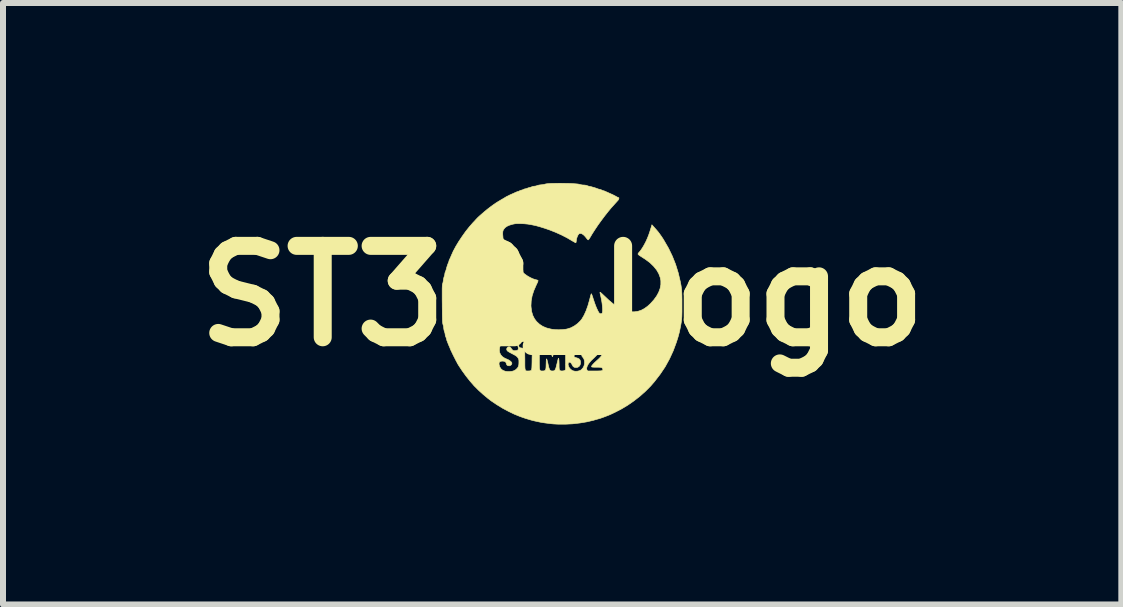
<source format=kicad_pcb>
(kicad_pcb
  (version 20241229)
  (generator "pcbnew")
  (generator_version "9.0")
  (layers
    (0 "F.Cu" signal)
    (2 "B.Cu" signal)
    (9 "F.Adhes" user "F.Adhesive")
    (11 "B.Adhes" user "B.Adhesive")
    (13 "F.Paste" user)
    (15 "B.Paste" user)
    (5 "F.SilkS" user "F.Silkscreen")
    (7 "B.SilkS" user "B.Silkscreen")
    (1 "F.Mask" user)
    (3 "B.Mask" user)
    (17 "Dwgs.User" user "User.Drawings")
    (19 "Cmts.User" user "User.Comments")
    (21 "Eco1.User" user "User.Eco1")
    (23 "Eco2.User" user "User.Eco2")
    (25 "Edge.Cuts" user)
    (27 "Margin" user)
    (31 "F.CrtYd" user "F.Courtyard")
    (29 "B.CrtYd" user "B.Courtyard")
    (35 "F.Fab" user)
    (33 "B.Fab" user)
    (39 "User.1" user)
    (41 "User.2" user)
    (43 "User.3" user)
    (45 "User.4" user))
  (footprint "ST32_Logo"
    (layer "F.Cu")
    (at 6.321 1.883)
    (property "Reference" "ST32_Logo" (at 0 0 0) (layer "F.SilkS") (effects (font (size 1.524 1.524) (thickness 0.3))))
    (attr through_hole)
    (fp_poly (pts (xy 0.017 -1.877) (xy 0.073 -1.876) (xy 0.126 -1.875) (xy 0.176 -1.872) (xy 0.22 -1.869) (xy 0.256 -1.866) (xy 0.283 -1.862) (xy 0.295 -1.858) (xy 0.317 -1.853) (xy 0.343 -1.849) (xy 0.358 -1.849) (xy 0.381 -1.847) (xy 0.402 -1.843) (xy 0.412 -1.84) (xy 0.43 -1.833) (xy 0.451 -1.827) (xy 0.454 -1.827) (xy 0.479 -1.822) (xy 0.51 -1.813) (xy 0.542 -1.804) (xy 0.572 -1.794) (xy 0.589 -1.787) (xy 0.607 -1.781) (xy 0.62 -1.778) (xy 0.621 -1.778) (xy 0.633 -1.775) (xy 0.651 -1.769) (xy 0.657 -1.766) (xy 0.675 -1.758) (xy 0.688 -1.754) (xy 0.691 -1.753) (xy 0.703 -1.75) (xy 0.71 -1.747) (xy 0.72 -1.742) (xy 0.739 -1.734) (xy 0.764 -1.723) (xy 0.79 -1.711) (xy 0.822 -1.697) (xy 0.854 -1.682) (xy 0.881 -1.668) (xy 0.896 -1.66) (xy 0.915 -1.649) (xy 0.931 -1.642) (xy 0.94 -1.639) (xy 0.946 -1.634) (xy 0.945 -1.622) (xy 0.939 -1.606) (xy 0.936 -1.6) (xy 0.927 -1.59) (xy 0.912 -1.573) (xy 0.892 -1.551) (xy 0.87 -1.527) (xy 0.868 -1.524) (xy 0.818 -1.469) (xy 0.765 -1.405) (xy 0.709 -1.334) (xy 0.653 -1.259) (xy 0.598 -1.183) (xy 0.547 -1.107) (xy 0.5 -1.034) (xy 0.464 -0.973) (xy 0.452 -0.954) (xy 0.441 -0.94) (xy 0.434 -0.934) (xy 0.434 -0.934) (xy 0.426 -0.939) (xy 0.415 -0.951) (xy 0.407 -0.961) (xy 0.388 -0.985) (xy 0.367 -1.008) (xy 0.345 -1.026) (xy 0.326 -1.037) (xy 0.322 -1.039) (xy 0.303 -1.041) (xy 0.291 -1.041) (xy 0.278 -1.033) (xy 0.265 -1.016) (xy 0.253 -0.991) (xy 0.243 -0.963) (xy 0.237 -0.933) (xy 0.237 -0.928) (xy 0.234 -0.907) (xy 0.231 -0.892) (xy 0.228 -0.886) (xy 0.221 -0.888) (xy 0.206 -0.896) (xy 0.185 -0.908) (xy 0.162 -0.921) (xy 0.081 -0.969) (xy -0.009 -1.015) (xy -0.106 -1.059) (xy -0.207 -1.099) (xy -0.288 -1.127) (xy -0.368 -1.152) (xy -0.44 -1.172) (xy -0.507 -1.186) (xy -0.57 -1.197) (xy -0.633 -1.203) (xy -0.675 -1.205) (xy -0.714 -1.206) (xy -0.744 -1.206) (xy -0.769 -1.205) (xy -0.792 -1.202) (xy -0.816 -1.197) (xy -0.827 -1.195) (xy -0.88 -1.179) (xy -0.922 -1.16) (xy -0.953 -1.137) (xy -0.972 -1.113) (xy -0.981 -1.098) (xy -0.987 -1.084) (xy -0.99 -1.067) (xy -0.991 -1.045) (xy -0.991 -1.027) (xy -0.986 -0.966) (xy -0.971 -0.9) (xy -0.948 -0.83) (xy -0.918 -0.758) (xy -0.881 -0.685) (xy -0.838 -0.613) (xy -0.791 -0.544) (xy -0.74 -0.479) (xy -0.686 -0.421) (xy -0.63 -0.37) (xy -0.613 -0.357) (xy -0.576 -0.331) (xy -0.535 -0.308) (xy -0.494 -0.288) (xy -0.456 -0.275) (xy -0.445 -0.272) (xy -0.425 -0.267) (xy -0.409 -0.262) (xy -0.403 -0.259) (xy -0.402 -0.252) (xy -0.408 -0.233) (xy -0.421 -0.205) (xy -0.436 -0.173) (xy -0.474 -0.085) (xy -0.501 -0.00027) (xy -0.516 0.082) (xy -0.52 0.163) (xy -0.518 0.189) (xy -0.509 0.26) (xy -0.49 0.324) (xy -0.462 0.38) (xy -0.424 0.43) (xy -0.422 0.431) (xy -0.375 0.474) (xy -0.322 0.508) (xy -0.26 0.534) (xy -0.189 0.552) (xy -0.167 0.556) (xy -0.114 0.562) (xy -0.055 0.564) (xy 0.005 0.561) (xy 0.06 0.555) (xy 0.085 0.55) (xy 0.145 0.531) (xy 0.203 0.5) (xy 0.257 0.461) (xy 0.304 0.415) (xy 0.33 0.382) (xy 0.366 0.32) (xy 0.399 0.247) (xy 0.429 0.163) (xy 0.456 0.069) (xy 0.457 0.064) (xy 0.467 0.026) (xy 0.474 -0.002) (xy 0.479 -0.02) (xy 0.483 -0.03) (xy 0.485 -0.035) (xy 0.488 -0.035) (xy 0.489 -0.034) (xy 0.492 -0.026) (xy 0.499 -0.009) (xy 0.508 0.016) (xy 0.517 0.046) (xy 0.521 0.057) (xy 0.536 0.103) (xy 0.552 0.148) (xy 0.569 0.191) (xy 0.585 0.227) (xy 0.6 0.257) (xy 0.612 0.278) (xy 0.617 0.284) (xy 0.634 0.296) (xy 0.651 0.298) (xy 0.665 0.289) (xy 0.668 0.285) (xy 0.672 0.268) (xy 0.674 0.241) (xy 0.673 0.206) (xy 0.67 0.166) (xy 0.665 0.121) (xy 0.658 0.076) (xy 0.649 0.031) (xy 0.64 -0.011) (xy 0.638 -0.018) (xy 0.633 -0.039) (xy 0.63 -0.055) (xy 0.631 -0.062) (xy 0.637 -0.059) (xy 0.65 -0.049) (xy 0.669 -0.032) (xy 0.691 -0.011) (xy 0.704 0.001) (xy 0.777 0.07) (xy 0.846 0.128) (xy 0.912 0.176) (xy 0.974 0.213) (xy 1.035 0.24) (xy 1.094 0.257) (xy 1.152 0.265) (xy 1.202 0.265) (xy 1.261 0.257) (xy 1.317 0.239) (xy 1.37 0.211) (xy 1.424 0.172) (xy 1.47 0.13) (xy 1.527 0.067) (xy 1.574 0.003) (xy 1.609 -0.061) (xy 1.633 -0.126) (xy 1.645 -0.19) (xy 1.645 -0.253) (xy 1.635 -0.305) (xy 1.611 -0.37) (xy 1.574 -0.434) (xy 1.524 -0.495) (xy 1.463 -0.554) (xy 1.388 -0.61) (xy 1.329 -0.648) (xy 1.298 -0.668) (xy 1.277 -0.683) (xy 1.266 -0.695) (xy 1.264 -0.698) (xy 1.268 -0.71) (xy 1.279 -0.723) (xy 1.28 -0.725) (xy 1.297 -0.744) (xy 1.318 -0.772) (xy 1.341 -0.807) (xy 1.364 -0.846) (xy 1.386 -0.887) (xy 1.4 -0.915) (xy 1.422 -0.965) (xy 1.443 -1.018) (xy 1.463 -1.077) (xy 1.484 -1.145) (xy 1.485 -1.147) (xy 1.496 -1.186) (xy 1.545 -1.131) (xy 1.576 -1.096) (xy 1.603 -1.064) (xy 1.627 -1.031) (xy 1.652 -0.996) (xy 1.68 -0.954) (xy 1.697 -0.926) (xy 1.773 -0.795) (xy 1.837 -0.662) (xy 1.891 -0.526) (xy 1.935 -0.384) (xy 1.97 -0.235) (xy 1.97 -0.235) (xy 1.977 -0.198) (xy 1.983 -0.165) (xy 1.987 -0.134) (xy 1.991 -0.103) (xy 1.993 -0.07) (xy 1.995 -0.033) (xy 1.996 0.011) (xy 1.997 0.062) (xy 1.997 0.124) (xy 1.997 0.146) (xy 1.997 0.21) (xy 1.997 0.264) (xy 1.996 0.307) (xy 1.995 0.343) (xy 1.993 0.373) (xy 1.991 0.398) (xy 1.988 0.419) (xy 1.987 0.429) (xy 1.976 0.493) (xy 1.965 0.549) (xy 1.955 0.598) (xy 1.943 0.644) (xy 1.93 0.691) (xy 1.914 0.741) (xy 1.905 0.77) (xy 1.852 0.913) (xy 1.789 1.05) (xy 1.717 1.181) (xy 1.633 1.306) (xy 1.538 1.429) (xy 1.475 1.502) (xy 1.391 1.587) (xy 1.298 1.67) (xy 1.197 1.749) (xy 1.092 1.822) (xy 0.985 1.886) (xy 0.878 1.941) (xy 0.878 1.941) (xy 0.842 1.958) (xy 0.817 1.97) (xy 0.798 1.978) (xy 0.783 1.985) (xy 0.77 1.99) (xy 0.758 1.995) (xy 0.742 2.001) (xy 0.734 2.004) (xy 0.708 2.014) (xy 0.684 2.023) (xy 0.667 2.029) (xy 0.645 2.037) (xy 0.612 2.047) (xy 0.569 2.059) (xy 0.518 2.074) (xy 0.411 2.099) (xy 0.296 2.118) (xy 0.177 2.132) (xy 0.056 2.138) (xy -0.063 2.138) (xy -0.142 2.134) (xy -0.185 2.13) (xy -0.232 2.124) (xy -0.281 2.118) (xy -0.328 2.111) (xy -0.368 2.104) (xy -0.391 2.099) (xy -0.418 2.093) (xy -0.446 2.087) (xy -0.46 2.084) (xy -0.489 2.077) (xy -0.526 2.067) (xy -0.573 2.053) (xy -0.61 2.042) (xy -0.702 2.01) (xy -0.8 1.97) (xy -0.899 1.922) (xy -0.998 1.869) (xy -1.092 1.811) (xy -1.181 1.751) (xy -1.235 1.71) (xy -1.319 1.64) (xy -1.396 1.57) (xy -1.468 1.498) (xy -1.535 1.421) (xy -1.601 1.338) (xy -1.667 1.247) (xy -1.731 1.15) (xy -1.736 1.141) (xy -1.052 1.141) (xy -1.041 1.182) (xy -1.02 1.215) (xy -0.991 1.239) (xy -0.951 1.255) (xy -0.946 1.256) (xy -0.912 1.26) (xy -0.873 1.26) (xy -0.835 1.256) (xy -0.812 1.25) (xy -0.777 1.232) (xy -0.748 1.205) (xy -0.735 1.186) (xy -0.728 1.168) (xy -0.723 1.148) (xy -0.721 1.121) (xy -0.721 1.107) (xy -0.721 1.081) (xy -0.723 1.062) (xy -0.728 1.048) (xy -0.736 1.034) (xy -0.74 1.028) (xy -0.75 1.015) (xy -0.763 1.004) (xy -0.78 0.992) (xy -0.804 0.979) (xy -0.832 0.964) (xy -0.861 0.949) (xy -0.886 0.935) (xy -0.906 0.922) (xy -0.917 0.913) (xy -0.917 0.913) (xy -0.925 0.892) (xy -0.922 0.872) (xy -0.908 0.855) (xy -0.905 0.854) (xy -0.887 0.847) (xy -0.869 0.852) (xy -0.852 0.87) (xy -0.848 0.877) (xy -0.835 0.894) (xy -0.822 0.906) (xy -0.819 0.909) (xy -0.802 0.913) (xy -0.78 0.913) (xy -0.757 0.909) (xy -0.741 0.903) (xy -0.74 0.902) (xy -0.732 0.888) (xy -0.731 0.867) (xy -0.736 0.843) (xy -0.746 0.819) (xy -0.75 0.814) (xy -0.724 0.814) (xy -0.723 0.836) (xy -0.718 0.852) (xy -0.714 0.858) (xy -0.703 0.863) (xy -0.684 0.867) (xy -0.671 0.869) (xy -0.649 0.872) (xy -0.633 0.879) (xy -0.63 0.882) (xy -0.628 0.889) (xy -0.626 0.903) (xy -0.624 0.925) (xy -0.623 0.957) (xy -0.623 0.999) (xy -0.622 1.053) (xy -0.622 1.06) (xy -0.622 1.114) (xy -0.622 1.157) (xy -0.621 1.19) (xy -0.619 1.214) (xy -0.615 1.231) (xy -0.61 1.242) (xy -0.602 1.248) (xy -0.592 1.251) (xy -0.578 1.251) (xy -0.566 1.251) (xy -0.541 1.25) (xy -0.523 1.245) (xy -0.517 1.242) (xy -0.514 1.239) (xy -0.511 1.234) (xy -0.509 1.226) (xy -0.507 1.213) (xy -0.505 1.194) (xy -0.504 1.168) (xy -0.503 1.133) (xy -0.502 1.087) (xy -0.502 1.053) (xy -0.499 0.917) (xy -0.381 0.917) (xy -0.381 0.973) (xy -0.381 1.005) (xy -0.381 1.068) (xy -0.381 1.118) (xy -0.38 1.159) (xy -0.379 1.19) (xy -0.377 1.213) (xy -0.373 1.23) (xy -0.368 1.241) (xy -0.362 1.247) (xy -0.353 1.25) (xy -0.343 1.251) (xy -0.329 1.251) (xy -0.328 1.251) (xy -0.305 1.25) (xy -0.29 1.245) (xy -0.282 1.238) (xy -0.277 1.231) (xy -0.274 1.221) (xy -0.271 1.207) (xy -0.269 1.185) (xy -0.268 1.153) (xy -0.267 1.128) (xy -0.266 1.092) (xy -0.264 1.067) (xy -0.262 1.053) (xy -0.259 1.049) (xy -0.255 1.058) (xy -0.249 1.078) (xy -0.241 1.109) (xy -0.232 1.152) (xy -0.223 1.19) (xy -0.214 1.216) (xy -0.205 1.234) (xy -0.195 1.245) (xy -0.181 1.25) (xy -0.163 1.251) (xy -0.162 1.251) (xy -0.144 1.25) (xy -0.13 1.245) (xy -0.119 1.234) (xy -0.11 1.216) (xy -0.101 1.189) (xy -0.093 1.155) (xy -0.085 1.124) (xy -0.078 1.094) (xy -0.072 1.07) (xy -0.069 1.058) (xy -0.064 1.042) (xy -0.061 1.038) (xy -0.058 1.043) (xy -0.057 1.048) (xy -0.055 1.06) (xy -0.053 1.082) (xy -0.052 1.111) (xy -0.051 1.143) (xy -0.051 1.146) (xy -0.051 1.185) (xy -0.049 1.213) (xy -0.045 1.232) (xy -0.037 1.243) (xy -0.026 1.249) (xy -0.01 1.251) (xy -0.000429 1.251) (xy 0.021 1.249) (xy 0.039 1.244) (xy 0.043 1.241) (xy 0.057 1.231) (xy 0.057 1.145) (xy 0.099 1.145) (xy 0.106 1.172) (xy 0.12 1.199) (xy 0.141 1.223) (xy 0.167 1.242) (xy 0.181 1.248) (xy 0.215 1.256) (xy 0.252 1.255) (xy 0.288 1.247) (xy 0.314 1.234) (xy 0.341 1.208) (xy 0.408 1.208) (xy 0.408 1.221) (xy 0.414 1.233) (xy 0.415 1.235) (xy 0.426 1.251) (xy 0.542 1.251) (xy 0.587 1.251) (xy 0.621 1.25) (xy 0.645 1.249) (xy 0.66 1.246) (xy 0.669 1.243) (xy 0.67 1.243) (xy 0.678 1.23) (xy 0.677 1.215) (xy 0.668 1.201) (xy 0.657 1.194) (xy 0.644 1.191) (xy 0.622 1.189) (xy 0.594 1.188) (xy 0.565 1.188) (xy 0.533 1.188) (xy 0.511 1.187) (xy 0.498 1.185) (xy 0.492 1.183) (xy 0.489 1.179) (xy 0.489 1.176) (xy 0.494 1.164) (xy 0.509 1.145) (xy 0.533 1.119) (xy 0.566 1.088) (xy 0.595 1.062) (xy 0.618 1.041) (xy 0.639 1.018) (xy 0.655 0.998) (xy 0.659 0.992) (xy 0.668 0.976) (xy 0.673 0.96) (xy 0.676 0.942) (xy 0.676 0.916) (xy 0.676 0.907) (xy 0.676 0.88) (xy 0.674 0.861) (xy 0.67 0.847) (xy 0.663 0.834) (xy 0.657 0.825) (xy 0.631 0.796) (xy 0.599 0.778) (xy 0.564 0.77) (xy 0.529 0.77) (xy 0.494 0.78) (xy 0.464 0.798) (xy 0.439 0.825) (xy 0.422 0.858) (xy 0.415 0.891) (xy 0.417 0.915) (xy 0.428 0.931) (xy 0.429 0.931) (xy 0.446 0.936) (xy 0.461 0.929) (xy 0.474 0.913) (xy 0.48 0.898) (xy 0.49 0.87) (xy 0.5 0.852) (xy 0.514 0.84) (xy 0.525 0.835) (xy 0.55 0.83) (xy 0.574 0.836) (xy 0.593 0.852) (xy 0.607 0.875) (xy 0.612 0.905) (xy 0.612 0.907) (xy 0.611 0.927) (xy 0.606 0.944) (xy 0.597 0.962) (xy 0.582 0.982) (xy 0.559 1.005) (xy 0.529 1.035) (xy 0.524 1.039) (xy 0.486 1.075) (xy 0.458 1.107) (xy 0.437 1.135) (xy 0.422 1.161) (xy 0.412 1.187) (xy 0.412 1.189) (xy 0.408 1.208) (xy 0.341 1.208) (xy 0.343 1.206) (xy 0.363 1.17) (xy 0.373 1.127) (xy 0.373 1.125) (xy 0.372 1.084) (xy 0.362 1.049) (xy 0.341 1.018) (xy 0.329 1.003) (xy 0.326 0.994) (xy 0.329 0.985) (xy 0.348 0.956) (xy 0.358 0.929) (xy 0.361 0.9) (xy 0.361 0.885) (xy 0.357 0.856) (xy 0.348 0.833) (xy 0.332 0.812) (xy 0.309 0.792) (xy 0.28 0.776) (xy 0.245 0.769) (xy 0.209 0.771) (xy 0.174 0.781) (xy 0.145 0.799) (xy 0.127 0.819) (xy 0.113 0.842) (xy 0.105 0.865) (xy 0.103 0.886) (xy 0.108 0.902) (xy 0.114 0.908) (xy 0.134 0.913) (xy 0.153 0.905) (xy 0.169 0.886) (xy 0.173 0.877) (xy 0.192 0.85) (xy 0.211 0.835) (xy 0.226 0.828) (xy 0.238 0.826) (xy 0.251 0.831) (xy 0.257 0.834) (xy 0.279 0.851) (xy 0.293 0.875) (xy 0.296 0.904) (xy 0.295 0.912) (xy 0.287 0.935) (xy 0.273 0.952) (xy 0.25 0.965) (xy 0.235 0.97) (xy 0.215 0.977) (xy 0.204 0.984) (xy 0.199 0.993) (xy 0.198 0.999) (xy 0.198 1.009) (xy 0.202 1.017) (xy 0.213 1.023) (xy 0.233 1.03) (xy 0.251 1.035) (xy 0.279 1.047) (xy 0.297 1.066) (xy 0.304 1.087) (xy 0.306 1.121) (xy 0.299 1.15) (xy 0.283 1.174) (xy 0.26 1.189) (xy 0.233 1.194) (xy 0.204 1.19) (xy 0.183 1.176) (xy 0.168 1.151) (xy 0.155 1.127) (xy 0.14 1.111) (xy 0.125 1.104) (xy 0.111 1.108) (xy 0.101 1.122) (xy 0.099 1.145) (xy 0.057 1.145) (xy 0.057 1.01) (xy 0.057 0.947) (xy 0.057 0.896) (xy 0.057 0.855) (xy 0.055 0.823) (xy 0.053 0.8) (xy 0.048 0.783) (xy 0.042 0.772) (xy 0.033 0.766) (xy 0.022 0.763) (xy 0.007 0.762) (xy -0.012 0.762) (xy -0.025 0.762) (xy -0.053 0.762) (xy -0.073 0.764) (xy -0.088 0.77) (xy -0.1 0.78) (xy -0.108 0.797) (xy -0.116 0.823) (xy -0.123 0.858) (xy -0.127 0.877) (xy -0.137 0.923) (xy -0.145 0.959) (xy -0.151 0.984) (xy -0.156 1.001) (xy -0.159 1.01) (xy -0.162 1.012) (xy -0.165 1.01) (xy -0.165 1.009) (xy -0.169 0.999) (xy -0.174 0.98) (xy -0.179 0.956) (xy -0.18 0.949) (xy -0.191 0.897) (xy -0.199 0.856) (xy -0.207 0.824) (xy -0.214 0.802) (xy -0.22 0.786) (xy -0.226 0.776) (xy -0.229 0.773) (xy -0.239 0.768) (xy -0.254 0.764) (xy -0.277 0.762) (xy -0.299 0.762) (xy -0.32 0.762) (xy -0.337 0.762) (xy -0.351 0.764) (xy -0.361 0.768) (xy -0.369 0.776) (xy -0.374 0.79) (xy -0.378 0.809) (xy -0.38 0.836) (xy -0.381 0.872) (xy -0.381 0.917) (xy -0.499 0.917) (xy -0.499 0.873) (xy -0.461 0.869) (xy -0.436 0.865) (xy -0.42 0.858) (xy -0.412 0.851) (xy -0.402 0.83) (xy -0.401 0.806) (xy -0.409 0.784) (xy -0.414 0.777) (xy -0.419 0.772) (xy -0.424 0.768) (xy -0.432 0.766) (xy -0.444 0.764) (xy -0.462 0.763) (xy -0.488 0.762) (xy -0.522 0.762) (xy -0.566 0.762) (xy -0.611 0.762) (xy -0.646 0.762) (xy -0.671 0.763) (xy -0.688 0.764) (xy -0.699 0.766) (xy -0.706 0.768) (xy -0.711 0.772) (xy -0.714 0.776) (xy -0.721 0.793) (xy -0.724 0.814) (xy -0.75 0.814) (xy -0.761 0.799) (xy -0.766 0.793) (xy -0.802 0.77) (xy -0.845 0.756) (xy -0.883 0.753) (xy -0.931 0.757) (xy -0.972 0.771) (xy -1.005 0.793) (xy -1.029 0.823) (xy -1.041 0.854) (xy -1.047 0.901) (xy -1.042 0.943) (xy -1.025 0.98) (xy -0.997 1.012) (xy -0.957 1.038) (xy -0.927 1.051) (xy -0.894 1.066) (xy -0.868 1.083) (xy -0.848 1.101) (xy -0.839 1.118) (xy -0.838 1.123) (xy -0.844 1.143) (xy -0.859 1.157) (xy -0.88 1.165) (xy -0.885 1.165) (xy -0.908 1.161) (xy -0.923 1.149) (xy -0.931 1.127) (xy -0.939 1.106) (xy -0.955 1.093) (xy -0.98 1.087) (xy -0.995 1.086) (xy -1.024 1.089) (xy -1.043 1.099) (xy -1.052 1.116) (xy -1.052 1.141) (xy -1.736 1.141) (xy -1.741 1.132) (xy -1.755 1.106) (xy -1.773 1.073) (xy -1.791 1.037) (xy -1.811 0.998) (xy -1.829 0.961) (xy -1.845 0.927) (xy -1.858 0.9) (xy -1.866 0.88) (xy -1.866 0.88) (xy -1.876 0.854) (xy -1.887 0.83) (xy -1.893 0.816) (xy -1.901 0.796) (xy -1.908 0.779) (xy -1.909 0.775) (xy -1.914 0.76) (xy -1.918 0.753) (xy -1.922 0.743) (xy -1.926 0.726) (xy -1.927 0.721) (xy -1.933 0.7) (xy -1.94 0.681) (xy -1.941 0.679) (xy -1.948 0.66) (xy -1.95 0.645) (xy -1.952 0.63) (xy -1.957 0.609) (xy -1.963 0.592) (xy -1.97 0.567) (xy -1.974 0.542) (xy -1.975 0.529) (xy -1.978 0.505) (xy -1.985 0.481) (xy -1.986 0.478) (xy -1.988 0.471) (xy -1.99 0.462) (xy -1.992 0.45) (xy -1.994 0.433) (xy -1.995 0.411) (xy -1.996 0.383) (xy -1.997 0.346) (xy -1.998 0.301) (xy -1.998 0.246) (xy -1.999 0.18) (xy -1.999 0.138) (xy -2 0.064) (xy -2 0.003) (xy -2 -0.048) (xy -2 -0.09) (xy -2 -0.123) (xy -1.999 -0.149) (xy -1.998 -0.169) (xy -1.997 -0.184) (xy -1.995 -0.195) (xy -1.993 -0.203) (xy -1.992 -0.205) (xy -1.986 -0.227) (xy -1.981 -0.254) (xy -1.979 -0.269) (xy -1.975 -0.294) (xy -1.969 -0.317) (xy -1.965 -0.327) (xy -1.959 -0.347) (xy -1.956 -0.365) (xy -1.956 -0.366) (xy -1.954 -0.383) (xy -1.947 -0.402) (xy -1.939 -0.422) (xy -1.932 -0.445) (xy -1.931 -0.448) (xy -1.923 -0.479) (xy -1.912 -0.514) (xy -1.9 -0.545) (xy -1.895 -0.557) (xy -1.889 -0.573) (xy -1.886 -0.584) (xy -1.886 -0.584) (xy -1.884 -0.595) (xy -1.877 -0.609) (xy -1.87 -0.623) (xy -1.86 -0.645) (xy -1.851 -0.667) (xy -1.817 -0.743) (xy -1.774 -0.824) (xy -1.724 -0.907) (xy -1.668 -0.991) (xy -1.609 -1.074) (xy -1.547 -1.152) (xy -1.485 -1.223) (xy -1.479 -1.229) (xy -1.46 -1.249) (xy -1.443 -1.268) (xy -1.43 -1.282) (xy -1.428 -1.284) (xy -1.404 -1.309) (xy -1.37 -1.34) (xy -1.331 -1.374) (xy -1.288 -1.411) (xy -1.243 -1.448) (xy -1.197 -1.483) (xy -1.155 -1.514) (xy -1.116 -1.541) (xy -1.108 -1.547) (xy -1.095 -1.555) (xy -1.082 -1.563) (xy -1.069 -1.572) (xy -1.051 -1.582) (xy -1.028 -1.596) (xy -0.996 -1.615) (xy -0.99 -1.618) (xy -0.967 -1.632) (xy -0.948 -1.643) (xy -0.936 -1.651) (xy -0.934 -1.652) (xy -0.921 -1.659) (xy -0.908 -1.665) (xy -0.893 -1.672) (xy -0.883 -1.678) (xy -0.87 -1.684) (xy -0.857 -1.69) (xy -0.849 -1.693) (xy -0.839 -1.698) (xy -0.825 -1.704) (xy -0.805 -1.713) (xy -0.777 -1.726) (xy -0.774 -1.727) (xy -0.756 -1.735) (xy -0.742 -1.74) (xy -0.737 -1.74) (xy -0.727 -1.744) (xy -0.716 -1.749) (xy -0.7 -1.757) (xy -0.68 -1.763) (xy -0.68 -1.763) (xy -0.661 -1.768) (xy -0.645 -1.776) (xy -0.645 -1.776) (xy -0.628 -1.783) (xy -0.618 -1.785) (xy -0.601 -1.788) (xy -0.585 -1.794) (xy -0.567 -1.801) (xy -0.546 -1.807) (xy -0.543 -1.807) (xy -0.522 -1.813) (xy -0.504 -1.82) (xy -0.502 -1.821) (xy -0.485 -1.826) (xy -0.464 -1.829) (xy -0.462 -1.829) (xy -0.44 -1.832) (xy -0.42 -1.838) (xy -0.419 -1.839) (xy -0.404 -1.844) (xy -0.381 -1.849) (xy -0.355 -1.852) (xy -0.355 -1.852) (xy -0.327 -1.855) (xy -0.3 -1.86) (xy -0.281 -1.865) (xy -0.261 -1.869) (xy -0.231 -1.872) (xy -0.192 -1.875) (xy -0.145 -1.876) (xy -0.094 -1.877) (xy -0.039 -1.878) (xy 0.017 -1.877)) (stroke (width 0.01) (type solid)) (fill yes) (layer "F.SilkS")))
  (gr_rect
    (start -3 -3)
    (end 15.642 7.026)
    (stroke (width 0.1) (type default))
    (fill no)
    (layer "Edge.Cuts")))
</source>
